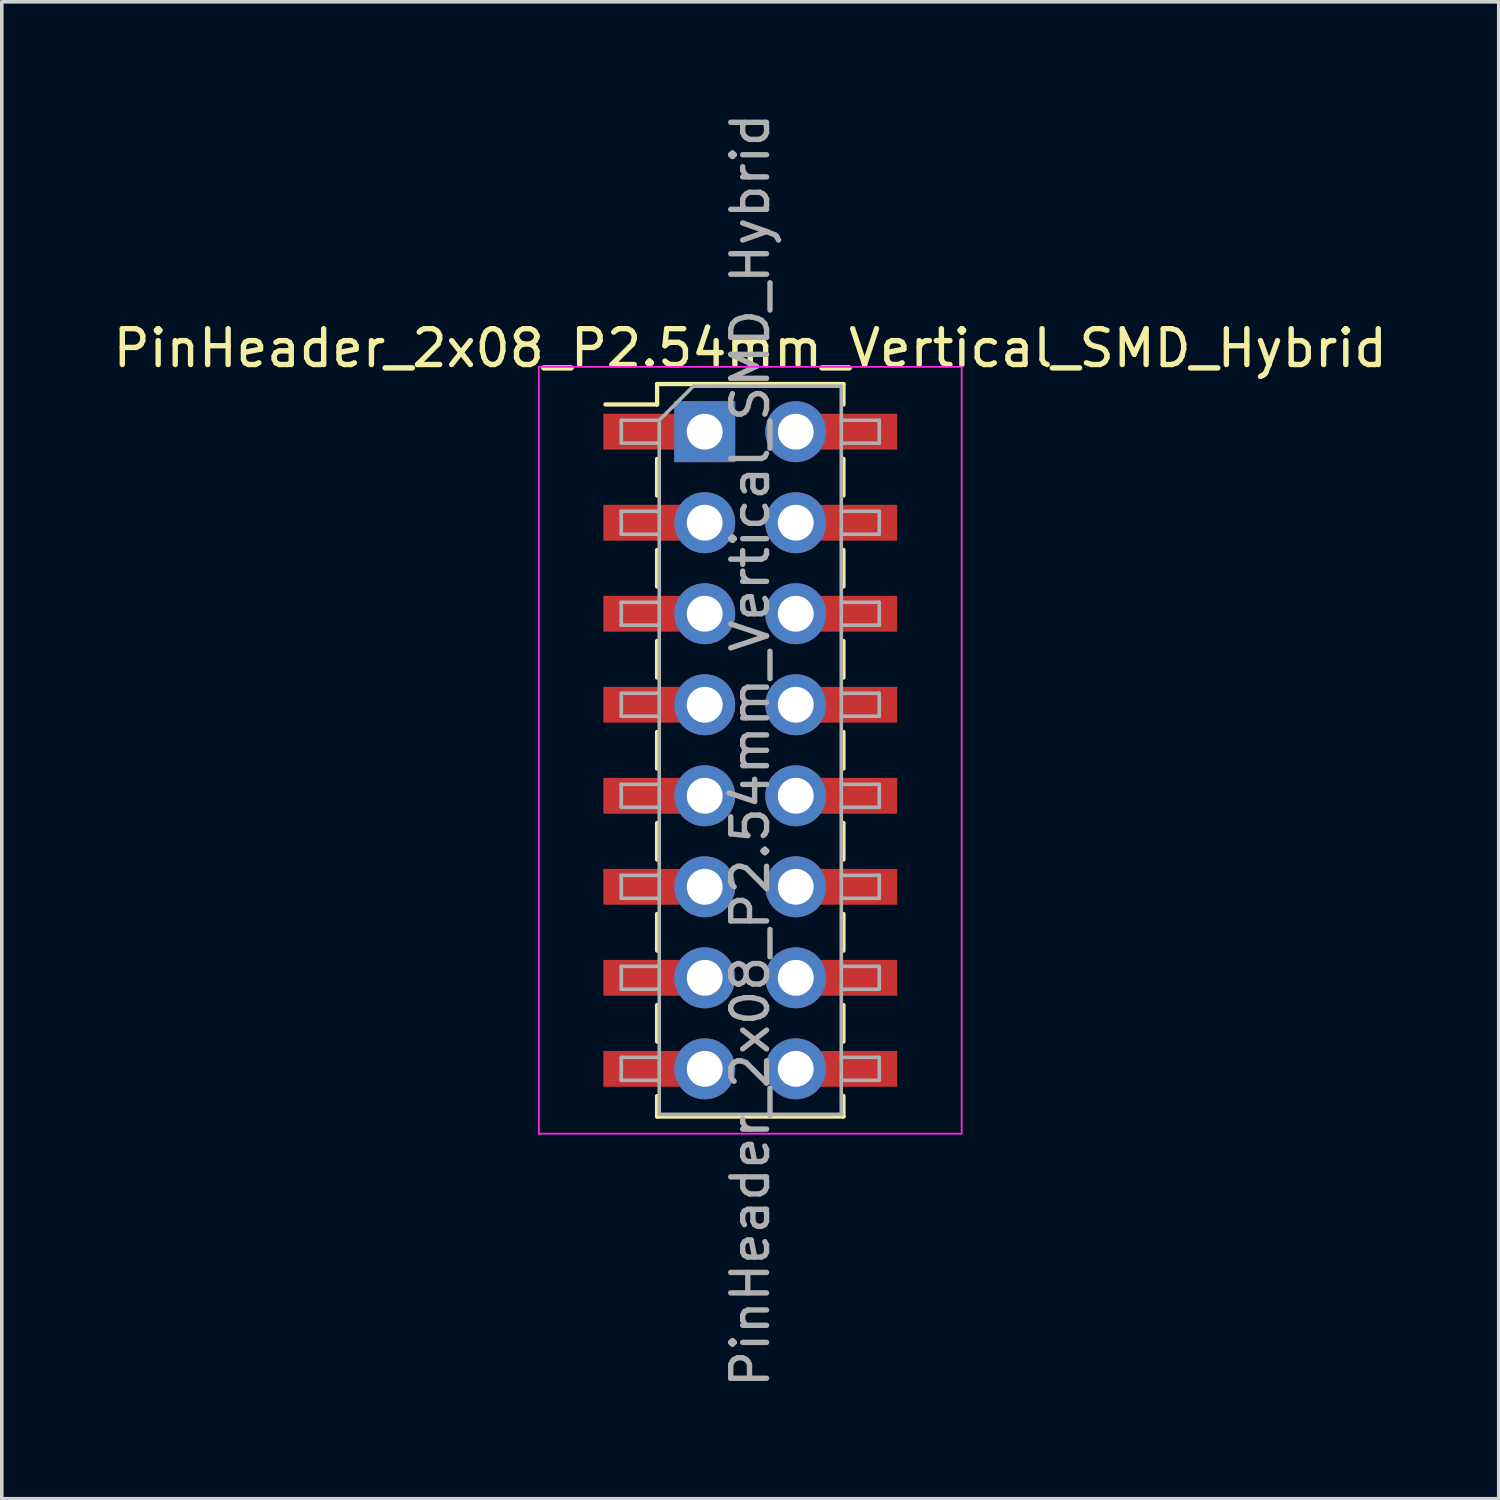
<source format=kicad_pcb>
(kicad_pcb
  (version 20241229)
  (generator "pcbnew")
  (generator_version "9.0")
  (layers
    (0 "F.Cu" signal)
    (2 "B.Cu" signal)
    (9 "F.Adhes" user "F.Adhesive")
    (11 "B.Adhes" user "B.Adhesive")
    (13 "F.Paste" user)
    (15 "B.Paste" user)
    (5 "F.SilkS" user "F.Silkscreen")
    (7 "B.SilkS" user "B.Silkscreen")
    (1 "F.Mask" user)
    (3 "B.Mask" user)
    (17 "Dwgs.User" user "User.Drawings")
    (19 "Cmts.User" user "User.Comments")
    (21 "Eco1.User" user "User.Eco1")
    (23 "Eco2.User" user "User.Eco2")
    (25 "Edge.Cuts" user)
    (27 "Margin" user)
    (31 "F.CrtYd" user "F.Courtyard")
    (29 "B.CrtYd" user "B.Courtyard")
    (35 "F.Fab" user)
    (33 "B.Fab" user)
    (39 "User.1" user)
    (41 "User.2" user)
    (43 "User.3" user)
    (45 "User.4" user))
  (footprint "PinHeader_2x08_P2.54mm_Vertical_SMD_Hybrid"
    (layer "F.Cu")
    (at 17.887 17.887)
    (property "Reference" "PinHeader_2x08_P2.54mm_Vertical_SMD_Hybrid" (at 0 -11.22 0) (layer "F.SilkS") (effects (font (size 1 1) (thickness 0.15))))
    (attr smd)
    (fp_line (start -4.04 -9.65) (end -2.6 -9.65) (stroke (width 0.12) (type solid)) (layer "F.SilkS"))
    (fp_line (start -2.6 -10.22) (end -2.6 -9.65) (stroke (width 0.12) (type solid)) (layer "F.SilkS"))
    (fp_line (start -2.6 -10.22) (end 2.6 -10.22) (stroke (width 0.12) (type solid)) (layer "F.SilkS"))
    (fp_line (start -2.6 -8.13) (end -2.6 -7.11) (stroke (width 0.12) (type solid)) (layer "F.SilkS"))
    (fp_line (start -2.6 -5.59) (end -2.6 -4.57) (stroke (width 0.12) (type solid)) (layer "F.SilkS"))
    (fp_line (start -2.6 -3.05) (end -2.6 -2.03) (stroke (width 0.12) (type solid)) (layer "F.SilkS"))
    (fp_line (start -2.6 -0.51) (end -2.6 0.51) (stroke (width 0.12) (type solid)) (layer "F.SilkS"))
    (fp_line (start -2.6 2.03) (end -2.6 3.05) (stroke (width 0.12) (type solid)) (layer "F.SilkS"))
    (fp_line (start -2.6 4.57) (end -2.6 5.59) (stroke (width 0.12) (type solid)) (layer "F.SilkS"))
    (fp_line (start -2.6 7.11) (end -2.6 8.13) (stroke (width 0.12) (type solid)) (layer "F.SilkS"))
    (fp_line (start -2.6 9.65) (end -2.6 10.22) (stroke (width 0.12) (type solid)) (layer "F.SilkS"))
    (fp_line (start -2.6 10.22) (end 2.6 10.22) (stroke (width 0.12) (type solid)) (layer "F.SilkS"))
    (fp_line (start 2.6 -10.22) (end 2.6 -9.65) (stroke (width 0.12) (type solid)) (layer "F.SilkS"))
    (fp_line (start 2.6 -8.13) (end 2.6 -7.11) (stroke (width 0.12) (type solid)) (layer "F.SilkS"))
    (fp_line (start 2.6 -5.59) (end 2.6 -4.57) (stroke (width 0.12) (type solid)) (layer "F.SilkS"))
    (fp_line (start 2.6 -3.05) (end 2.6 -2.03) (stroke (width 0.12) (type solid)) (layer "F.SilkS"))
    (fp_line (start 2.6 -0.51) (end 2.6 0.51) (stroke (width 0.12) (type solid)) (layer "F.SilkS"))
    (fp_line (start 2.6 2.03) (end 2.6 3.05) (stroke (width 0.12) (type solid)) (layer "F.SilkS"))
    (fp_line (start 2.6 4.57) (end 2.6 5.59) (stroke (width 0.12) (type solid)) (layer "F.SilkS"))
    (fp_line (start 2.6 7.11) (end 2.6 8.13) (stroke (width 0.12) (type solid)) (layer "F.SilkS"))
    (fp_line (start 2.6 9.65) (end 2.6 10.22) (stroke (width 0.12) (type solid)) (layer "F.SilkS"))
    (fp_line (start -5.9 -10.7) (end -5.9 10.7) (stroke (width 0.05) (type solid)) (layer "F.CrtYd"))
    (fp_line (start -5.9 10.7) (end 5.9 10.7) (stroke (width 0.05) (type solid)) (layer "F.CrtYd"))
    (fp_line (start 5.9 -10.7) (end -5.9 -10.7) (stroke (width 0.05) (type solid)) (layer "F.CrtYd"))
    (fp_line (start 5.9 10.7) (end 5.9 -10.7) (stroke (width 0.05) (type solid)) (layer "F.CrtYd"))
    (fp_line (start -3.6 -9.21) (end -3.6 -8.57) (stroke (width 0.1) (type solid)) (layer "F.Fab"))
    (fp_line (start -3.6 -8.57) (end -2.54 -8.57) (stroke (width 0.1) (type solid)) (layer "F.Fab"))
    (fp_line (start -3.6 -6.67) (end -3.6 -6.03) (stroke (width 0.1) (type solid)) (layer "F.Fab"))
    (fp_line (start -3.6 -6.03) (end -2.54 -6.03) (stroke (width 0.1) (type solid)) (layer "F.Fab"))
    (fp_line (start -3.6 -4.13) (end -3.6 -3.49) (stroke (width 0.1) (type solid)) (layer "F.Fab"))
    (fp_line (start -3.6 -3.49) (end -2.54 -3.49) (stroke (width 0.1) (type solid)) (layer "F.Fab"))
    (fp_line (start -3.6 -1.59) (end -3.6 -0.95) (stroke (width 0.1) (type solid)) (layer "F.Fab"))
    (fp_line (start -3.6 -0.95) (end -2.54 -0.95) (stroke (width 0.1) (type solid)) (layer "F.Fab"))
    (fp_line (start -3.6 0.95) (end -3.6 1.59) (stroke (width 0.1) (type solid)) (layer "F.Fab"))
    (fp_line (start -3.6 1.59) (end -2.54 1.59) (stroke (width 0.1) (type solid)) (layer "F.Fab"))
    (fp_line (start -3.6 3.49) (end -3.6 4.13) (stroke (width 0.1) (type solid)) (layer "F.Fab"))
    (fp_line (start -3.6 4.13) (end -2.54 4.13) (stroke (width 0.1) (type solid)) (layer "F.Fab"))
    (fp_line (start -3.6 6.03) (end -3.6 6.67) (stroke (width 0.1) (type solid)) (layer "F.Fab"))
    (fp_line (start -3.6 6.67) (end -2.54 6.67) (stroke (width 0.1) (type solid)) (layer "F.Fab"))
    (fp_line (start -3.6 8.57) (end -3.6 9.21) (stroke (width 0.1) (type solid)) (layer "F.Fab"))
    (fp_line (start -3.6 9.21) (end -2.54 9.21) (stroke (width 0.1) (type solid)) (layer "F.Fab"))
    (fp_line (start -2.54 -9.21) (end -3.6 -9.21) (stroke (width 0.1) (type solid)) (layer "F.Fab"))
    (fp_line (start -2.54 -9.21) (end -1.59 -10.16) (stroke (width 0.1) (type solid)) (layer "F.Fab"))
    (fp_line (start -2.54 -6.67) (end -3.6 -6.67) (stroke (width 0.1) (type solid)) (layer "F.Fab"))
    (fp_line (start -2.54 -4.13) (end -3.6 -4.13) (stroke (width 0.1) (type solid)) (layer "F.Fab"))
    (fp_line (start -2.54 -1.59) (end -3.6 -1.59) (stroke (width 0.1) (type solid)) (layer "F.Fab"))
    (fp_line (start -2.54 0.95) (end -3.6 0.95) (stroke (width 0.1) (type solid)) (layer "F.Fab"))
    (fp_line (start -2.54 3.49) (end -3.6 3.49) (stroke (width 0.1) (type solid)) (layer "F.Fab"))
    (fp_line (start -2.54 6.03) (end -3.6 6.03) (stroke (width 0.1) (type solid)) (layer "F.Fab"))
    (fp_line (start -2.54 8.57) (end -3.6 8.57) (stroke (width 0.1) (type solid)) (layer "F.Fab"))
    (fp_line (start -2.54 10.16) (end -2.54 -9.21) (stroke (width 0.1) (type solid)) (layer "F.Fab"))
    (fp_line (start -1.59 -10.16) (end 2.54 -10.16) (stroke (width 0.1) (type solid)) (layer "F.Fab"))
    (fp_line (start 2.54 -10.16) (end 2.54 10.16) (stroke (width 0.1) (type solid)) (layer "F.Fab"))
    (fp_line (start 2.54 -9.21) (end 3.6 -9.21) (stroke (width 0.1) (type solid)) (layer "F.Fab"))
    (fp_line (start 2.54 -6.67) (end 3.6 -6.67) (stroke (width 0.1) (type solid)) (layer "F.Fab"))
    (fp_line (start 2.54 -4.13) (end 3.6 -4.13) (stroke (width 0.1) (type solid)) (layer "F.Fab"))
    (fp_line (start 2.54 -1.59) (end 3.6 -1.59) (stroke (width 0.1) (type solid)) (layer "F.Fab"))
    (fp_line (start 2.54 0.95) (end 3.6 0.95) (stroke (width 0.1) (type solid)) (layer "F.Fab"))
    (fp_line (start 2.54 3.49) (end 3.6 3.49) (stroke (width 0.1) (type solid)) (layer "F.Fab"))
    (fp_line (start 2.54 6.03) (end 3.6 6.03) (stroke (width 0.1) (type solid)) (layer "F.Fab"))
    (fp_line (start 2.54 8.57) (end 3.6 8.57) (stroke (width 0.1) (type solid)) (layer "F.Fab"))
    (fp_line (start 2.54 10.16) (end -2.54 10.16) (stroke (width 0.1) (type solid)) (layer "F.Fab"))
    (fp_line (start 3.6 -9.21) (end 3.6 -8.57) (stroke (width 0.1) (type solid)) (layer "F.Fab"))
    (fp_line (start 3.6 -8.57) (end 2.54 -8.57) (stroke (width 0.1) (type solid)) (layer "F.Fab"))
    (fp_line (start 3.6 -6.67) (end 3.6 -6.03) (stroke (width 0.1) (type solid)) (layer "F.Fab"))
    (fp_line (start 3.6 -6.03) (end 2.54 -6.03) (stroke (width 0.1) (type solid)) (layer "F.Fab"))
    (fp_line (start 3.6 -4.13) (end 3.6 -3.49) (stroke (width 0.1) (type solid)) (layer "F.Fab"))
    (fp_line (start 3.6 -3.49) (end 2.54 -3.49) (stroke (width 0.1) (type solid)) (layer "F.Fab"))
    (fp_line (start 3.6 -1.59) (end 3.6 -0.95) (stroke (width 0.1) (type solid)) (layer "F.Fab"))
    (fp_line (start 3.6 -0.95) (end 2.54 -0.95) (stroke (width 0.1) (type solid)) (layer "F.Fab"))
    (fp_line (start 3.6 0.95) (end 3.6 1.59) (stroke (width 0.1) (type solid)) (layer "F.Fab"))
    (fp_line (start 3.6 1.59) (end 2.54 1.59) (stroke (width 0.1) (type solid)) (layer "F.Fab"))
    (fp_line (start 3.6 3.49) (end 3.6 4.13) (stroke (width 0.1) (type solid)) (layer "F.Fab"))
    (fp_line (start 3.6 4.13) (end 2.54 4.13) (stroke (width 0.1) (type solid)) (layer "F.Fab"))
    (fp_line (start 3.6 6.03) (end 3.6 6.67) (stroke (width 0.1) (type solid)) (layer "F.Fab"))
    (fp_line (start 3.6 6.67) (end 2.54 6.67) (stroke (width 0.1) (type solid)) (layer "F.Fab"))
    (fp_line (start 3.6 8.57) (end 3.6 9.21) (stroke (width 0.1) (type solid)) (layer "F.Fab"))
    (fp_line (start 3.6 9.21) (end 2.54 9.21) (stroke (width 0.1) (type solid)) (layer "F.Fab"))
    (fp_text user "${REFERENCE}" (at 0 0 90) (layer "F.Fab") (effects (font (size 1 1) (thickness 0.15))))
    (pad "1" smd rect (at -2.525 -8.89) (size 3.15 1) (layers "F.Cu" "F.Mask" "F.Paste"))
    (pad "1" thru_hole rect (at -1.271 -8.89) (size 1.7 1.7) (drill 1) (layers "*.Cu" "*.Mask"))
    (pad "2" thru_hole oval (at 1.269 -8.89) (size 1.7 1.7) (drill 1) (layers "*.Cu" "*.Mask"))
    (pad "2" smd rect (at 2.525 -8.89) (size 3.15 1) (layers "F.Cu" "F.Mask" "F.Paste"))
    (pad "3" smd rect (at -2.525 -6.35) (size 3.15 1) (layers "F.Cu" "F.Mask" "F.Paste"))
    (pad "3" thru_hole oval (at -1.271 -6.35) (size 1.7 1.7) (drill 1) (layers "*.Cu" "*.Mask"))
    (pad "4" thru_hole oval (at 1.269 -6.35) (size 1.7 1.7) (drill 1) (layers "*.Cu" "*.Mask"))
    (pad "4" smd rect (at 2.525 -6.35) (size 3.15 1) (layers "F.Cu" "F.Mask" "F.Paste"))
    (pad "5" smd rect (at -2.525 -3.81) (size 3.15 1) (layers "F.Cu" "F.Mask" "F.Paste"))
    (pad "5" thru_hole oval (at -1.271 -3.81) (size 1.7 1.7) (drill 1) (layers "*.Cu" "*.Mask"))
    (pad "6" thru_hole oval (at 1.269 -3.81) (size 1.7 1.7) (drill 1) (layers "*.Cu" "*.Mask"))
    (pad "6" smd rect (at 2.525 -3.81) (size 3.15 1) (layers "F.Cu" "F.Mask" "F.Paste"))
    (pad "7" smd rect (at -2.525 -1.27) (size 3.15 1) (layers "F.Cu" "F.Mask" "F.Paste"))
    (pad "7" thru_hole oval (at -1.271 -1.27) (size 1.7 1.7) (drill 1) (layers "*.Cu" "*.Mask"))
    (pad "8" thru_hole oval (at 1.269 -1.27) (size 1.7 1.7) (drill 1) (layers "*.Cu" "*.Mask"))
    (pad "8" smd rect (at 2.525 -1.27) (size 3.15 1) (layers "F.Cu" "F.Mask" "F.Paste"))
    (pad "9" smd rect (at -2.525 1.27) (size 3.15 1) (layers "F.Cu" "F.Mask" "F.Paste"))
    (pad "9" thru_hole oval (at -1.271 1.27) (size 1.7 1.7) (drill 1) (layers "*.Cu" "*.Mask"))
    (pad "10" thru_hole oval (at 1.269 1.27) (size 1.7 1.7) (drill 1) (layers "*.Cu" "*.Mask"))
    (pad "10" smd rect (at 2.525 1.27) (size 3.15 1) (layers "F.Cu" "F.Mask" "F.Paste"))
    (pad "11" smd rect (at -2.525 3.81) (size 3.15 1) (layers "F.Cu" "F.Mask" "F.Paste"))
    (pad "11" thru_hole oval (at -1.271 3.81) (size 1.7 1.7) (drill 1) (layers "*.Cu" "*.Mask"))
    (pad "12" thru_hole oval (at 1.269 3.81) (size 1.7 1.7) (drill 1) (layers "*.Cu" "*.Mask"))
    (pad "12" smd rect (at 2.525 3.81) (size 3.15 1) (layers "F.Cu" "F.Mask" "F.Paste"))
    (pad "13" smd rect (at -2.525 6.35) (size 3.15 1) (layers "F.Cu" "F.Mask" "F.Paste"))
    (pad "13" thru_hole oval (at -1.271 6.35) (size 1.7 1.7) (drill 1) (layers "*.Cu" "*.Mask"))
    (pad "14" thru_hole oval (at 1.269 6.35) (size 1.7 1.7) (drill 1) (layers "*.Cu" "*.Mask"))
    (pad "14" smd rect (at 2.525 6.35) (size 3.15 1) (layers "F.Cu" "F.Mask" "F.Paste"))
    (pad "15" smd rect (at -2.525 8.89) (size 3.15 1) (layers "F.Cu" "F.Mask" "F.Paste"))
    (pad "15" thru_hole oval (at -1.271 8.89) (size 1.7 1.7) (drill 1) (layers "*.Cu" "*.Mask"))
    (pad "16" thru_hole oval (at 1.269 8.89) (size 1.7 1.7) (drill 1) (layers "*.Cu" "*.Mask"))
    (pad "16" smd rect (at 2.525 8.89) (size 3.15 1) (layers "F.Cu" "F.Mask" "F.Paste")))
  (gr_rect
    (start -3 -3)
    (end 38.774 38.774)
    (stroke (width 0.1) (type default))
    (fill no)
    (layer "Edge.Cuts")))
</source>
